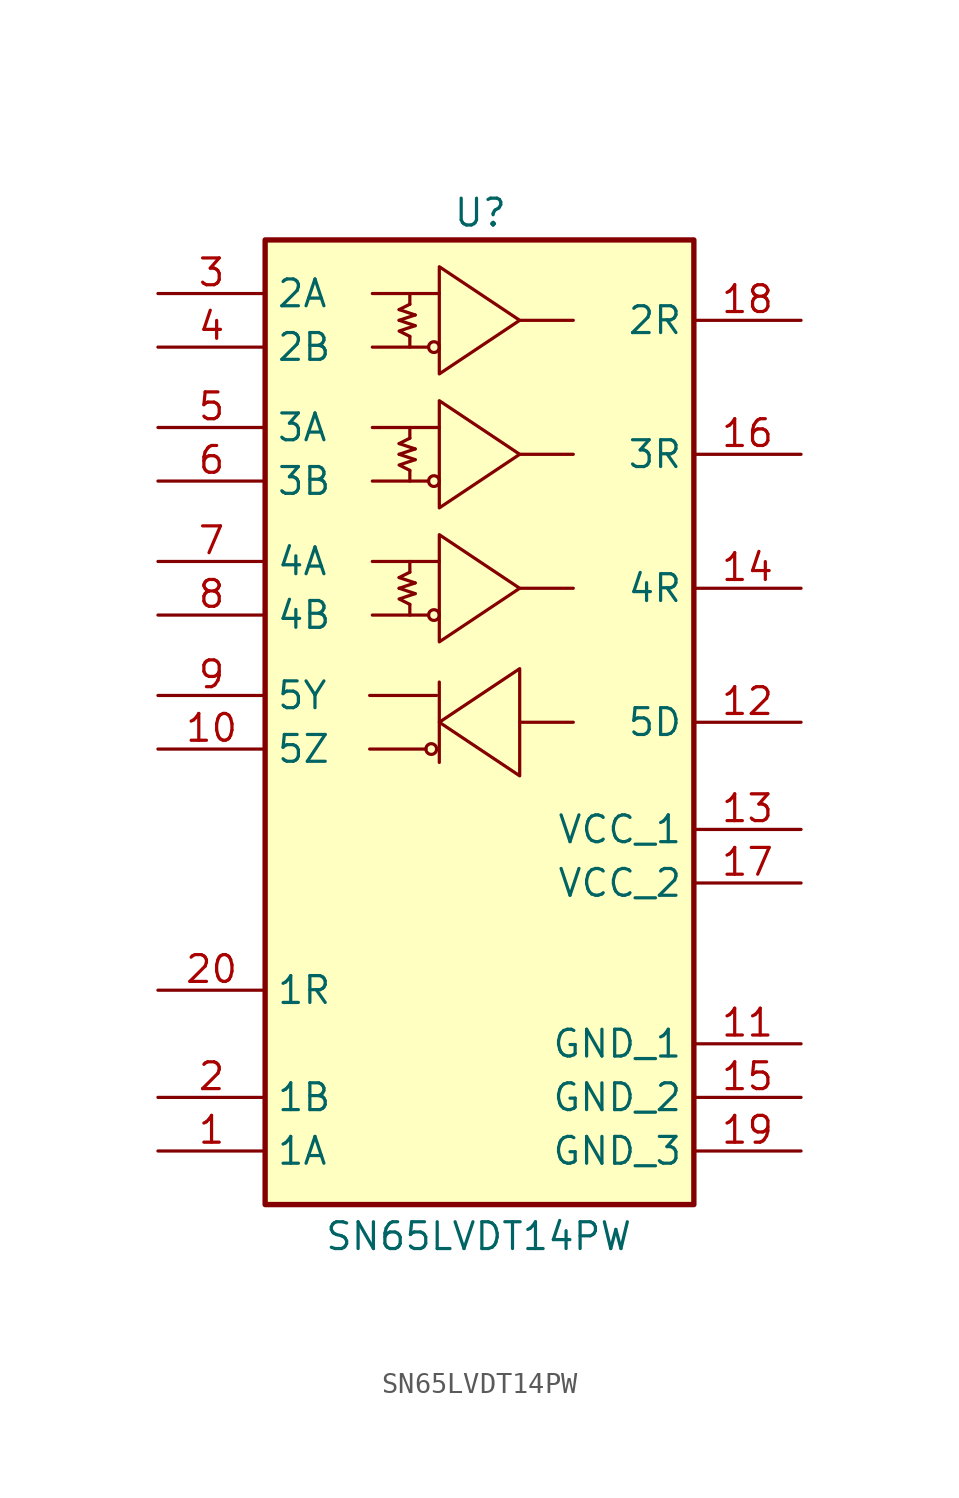
<source format=kicad_sym>
(kicad_symbol_lib
  (version 20231120)
  (generator "kicad_symbol_editor")
  (generator_version "8.0")
  (symbol "SN65LVDT14PW"
    (property "Reference" "U"
      (at 13.97 22.352 0)
      (do_not_autoplace)
      (effects (font (size 1.27 1.27)) (justify left top)))
    (property "Value" "SN65LVDT14PW"
      (at 7.874 -26.162 0)
      (do_not_autoplace)
      (effects (font (size 1.27 1.27)) (justify left top)))
    (symbol "SN65LVDT14PW_0_1"
      (polyline (pts (xy 11.43 3.81) (xy 12.192 4.064)) (stroke (width 0) (type default)) (fill (type none)))
      (polyline (pts (xy 11.43 4.318) (xy 11.938 4.572)) (stroke (width 0) (type default)) (fill (type none)))
      (polyline (pts (xy 11.43 10.16) (xy 12.192 10.414)) (stroke (width 0) (type default)) (fill (type none)))
      (polyline (pts (xy 11.43 10.668) (xy 11.938 10.922)) (stroke (width 0) (type default)) (fill (type none)))
      (polyline (pts (xy 11.43 16.51) (xy 12.192 16.764)) (stroke (width 0) (type default)) (fill (type none)))
      (polyline (pts (xy 11.43 17.018) (xy 11.938 17.272)) (stroke (width 0) (type default)) (fill (type none)))
      (polyline (pts (xy 11.938 2.54) (xy 11.938 3.048)) (stroke (width 0) (type default)) (fill (type none)))
      (polyline (pts (xy 11.938 4.572) (xy 11.938 5.08)) (stroke (width 0) (type default)) (fill (type none)))
      (polyline (pts (xy 11.938 8.89) (xy 11.938 9.398)) (stroke (width 0) (type default)) (fill (type none)))
      (polyline (pts (xy 11.938 10.922) (xy 11.938 11.43)) (stroke (width 0) (type default)) (fill (type none)))
      (polyline (pts (xy 11.938 15.24) (xy 11.938 15.748)) (stroke (width 0) (type default)) (fill (type none)))
      (polyline (pts (xy 11.938 17.272) (xy 11.938 17.78)) (stroke (width 0) (type default)) (fill (type none)))
      (polyline (pts (xy 12.192 3.556) (xy 11.43 3.81)) (stroke (width 0) (type default)) (fill (type none)))
      (polyline (pts (xy 12.192 4.064) (xy 11.43 4.318)) (stroke (width 0) (type default)) (fill (type none)))
      (polyline (pts (xy 12.192 9.906) (xy 11.43 10.16)) (stroke (width 0) (type default)) (fill (type none)))
      (polyline (pts (xy 12.192 10.414) (xy 11.43 10.668)) (stroke (width 0) (type default)) (fill (type none)))
      (polyline (pts (xy 12.192 16.256) (xy 11.43 16.51)) (stroke (width 0) (type default)) (fill (type none)))
      (polyline (pts (xy 12.192 16.764) (xy 11.43 17.018)) (stroke (width 0) (type default)) (fill (type none)))
      (polyline (pts (xy 12.7 -3.81) (xy 10.033 -3.81)) (stroke (width 0) (type default)) (fill (type none)))
      (polyline (pts (xy 12.827 2.54) (xy 10.16 2.54)) (stroke (width 0) (type default)) (fill (type none)))
      (polyline (pts (xy 12.827 8.89) (xy 10.16 8.89)) (stroke (width 0) (type default)) (fill (type none)))
      (polyline (pts (xy 12.827 15.24) (xy 10.16 15.24)) (stroke (width 0) (type default)) (fill (type none)))
      (polyline (pts (xy 13.208 -1.27) (xy 10.033 -1.27)) (stroke (width 0) (type default)) (fill (type none)))
      (polyline (pts (xy 13.335 -4.445) (xy 13.335 -0.635)) (stroke (width 0) (type default)) (fill (type none)))
      (polyline (pts (xy 13.335 5.08) (xy 10.16 5.08)) (stroke (width 0) (type default)) (fill (type none)))
      (polyline (pts (xy 13.335 11.43) (xy 10.16 11.43)) (stroke (width 0) (type default)) (fill (type none)))
      (polyline (pts (xy 13.335 17.78) (xy 10.16 17.78)) (stroke (width 0) (type default)) (fill (type none)))
      (polyline (pts (xy 17.145 -2.54) (xy 19.685 -2.54)) (stroke (width 0) (type default)) (fill (type none)))
      (polyline (pts (xy 19.685 3.81) (xy 17.145 3.81)) (stroke (width 0) (type default)) (fill (type none)))
      (polyline (pts (xy 19.685 10.16) (xy 17.145 10.16)) (stroke (width 0) (type default)) (fill (type none)))
      (polyline (pts (xy 19.685 16.51) (xy 17.145 16.51)) (stroke (width 0) (type default)) (fill (type none)))
      (polyline (pts (xy 11.938 3.048) (xy 11.43 3.302) (xy 12.192 3.556)) (stroke (width 0) (type default)) (fill (type none)))
      (polyline (pts (xy 11.938 9.398) (xy 11.43 9.652) (xy 12.192 9.906)) (stroke (width 0) (type default)) (fill (type none)))
      (polyline (pts (xy 11.938 15.748) (xy 11.43 16.002) (xy 12.192 16.256)) (stroke (width 0) (type default)) (fill (type none)))
      (polyline (pts (xy 13.335 6.35) (xy 13.335 1.27) (xy 17.145 3.81) (xy 13.335 6.35)) (stroke (width 0) (type default)) (fill (type none)))
      (polyline (pts (xy 13.335 12.7) (xy 13.335 7.62) (xy 17.145 10.16) (xy 13.335 12.7)) (stroke (width 0) (type default)) (fill (type none)))
      (polyline (pts (xy 13.335 19.05) (xy 13.335 13.97) (xy 17.145 16.51) (xy 13.335 19.05)) (stroke (width 0) (type default)) (fill (type none)))
      (polyline (pts (xy 17.145 0) (xy 17.145 -5.08) (xy 13.335 -2.54) (xy 17.145 0)) (stroke (width 0) (type default)) (fill (type none)))
      (circle (center 12.954 -3.81) (radius 0.254) (stroke (width 0) (type default)) (fill (type none)))
      (circle (center 13.081 2.54) (radius 0.254) (stroke (width 0) (type default)) (fill (type none)))
      (circle (center 13.081 8.89) (radius 0.254) (stroke (width 0) (type default)) (fill (type none)))
      (circle (center 13.081 15.24) (radius 0.254) (stroke (width 0) (type default)) (fill (type none))))
    (symbol "SN65LVDT14PW_1_1"
      (rectangle (start 5.08 20.32) (end 25.4 -25.4) (stroke (width 0.254) (type default)) (fill (type background)))
      (pin input line (at 0 -22.86 0) (length 5.08) (name "1A" (effects (font (size 1.27 1.27)))) (number "1" (effects (font (size 1.27 1.27)))))
      (pin output line (at 0 -3.81 0) (length 5.08) (name "5Z" (effects (font (size 1.27 1.27)))) (number "10" (effects (font (size 1.27 1.27)))))
      (pin passive line (at 30.48 -17.78 180) (length 5.08) (name "GND_1" (effects (font (size 1.27 1.27)))) (number "11" (effects (font (size 1.27 1.27)))))
      (pin input line (at 30.48 -2.54 180) (length 5.08) (name "5D" (effects (font (size 1.27 1.27)))) (number "12" (effects (font (size 1.27 1.27)))))
      (pin passive line (at 30.48 -7.62 180) (length 5.08) (name "VCC_1" (effects (font (size 1.27 1.27)))) (number "13" (effects (font (size 1.27 1.27)))))
      (pin output line (at 30.48 3.81 180) (length 5.08) (name "4R" (effects (font (size 1.27 1.27)))) (number "14" (effects (font (size 1.27 1.27)))))
      (pin passive line (at 30.48 -20.32 180) (length 5.08) (name "GND_2" (effects (font (size 1.27 1.27)))) (number "15" (effects (font (size 1.27 1.27)))))
      (pin output line (at 30.48 10.16 180) (length 5.08) (name "3R" (effects (font (size 1.27 1.27)))) (number "16" (effects (font (size 1.27 1.27)))))
      (pin passive line (at 30.48 -10.16 180) (length 5.08) (name "VCC_2" (effects (font (size 1.27 1.27)))) (number "17" (effects (font (size 1.27 1.27)))))
      (pin output line (at 30.48 16.51 180) (length 5.08) (name "2R" (effects (font (size 1.27 1.27)))) (number "18" (effects (font (size 1.27 1.27)))))
      (pin passive line (at 30.48 -22.86 180) (length 5.08) (name "GND_3" (effects (font (size 1.27 1.27)))) (number "19" (effects (font (size 1.27 1.27)))))
      (pin input line (at 0 -20.32 0) (length 5.08) (name "1B" (effects (font (size 1.27 1.27)))) (number "2" (effects (font (size 1.27 1.27)))))
      (pin output line (at 0 -15.24 0) (length 5.08) (name "1R" (effects (font (size 1.27 1.27)))) (number "20" (effects (font (size 1.27 1.27)))))
      (pin input line (at 0 17.78 0) (length 5.08) (name "2A" (effects (font (size 1.27 1.27)))) (number "3" (effects (font (size 1.27 1.27)))))
      (pin input line (at 0 15.24 0) (length 5.08) (name "2B" (effects (font (size 1.27 1.27)))) (number "4" (effects (font (size 1.27 1.27)))))
      (pin input line (at 0 11.43 0) (length 5.08) (name "3A" (effects (font (size 1.27 1.27)))) (number "5" (effects (font (size 1.27 1.27)))))
      (pin input line (at 0 8.89 0) (length 5.08) (name "3B" (effects (font (size 1.27 1.27)))) (number "6" (effects (font (size 1.27 1.27)))))
      (pin input line (at 0 5.08 0) (length 5.08) (name "4A" (effects (font (size 1.27 1.27)))) (number "7" (effects (font (size 1.27 1.27)))))
      (pin input line (at 0 2.54 0) (length 5.08) (name "4B" (effects (font (size 1.27 1.27)))) (number "8" (effects (font (size 1.27 1.27)))))
      (pin output line (at 0 -1.27 0) (length 5.08) (name "5Y" (effects (font (size 1.27 1.27)))) (number "9" (effects (font (size 1.27 1.27))))))))
</source>
